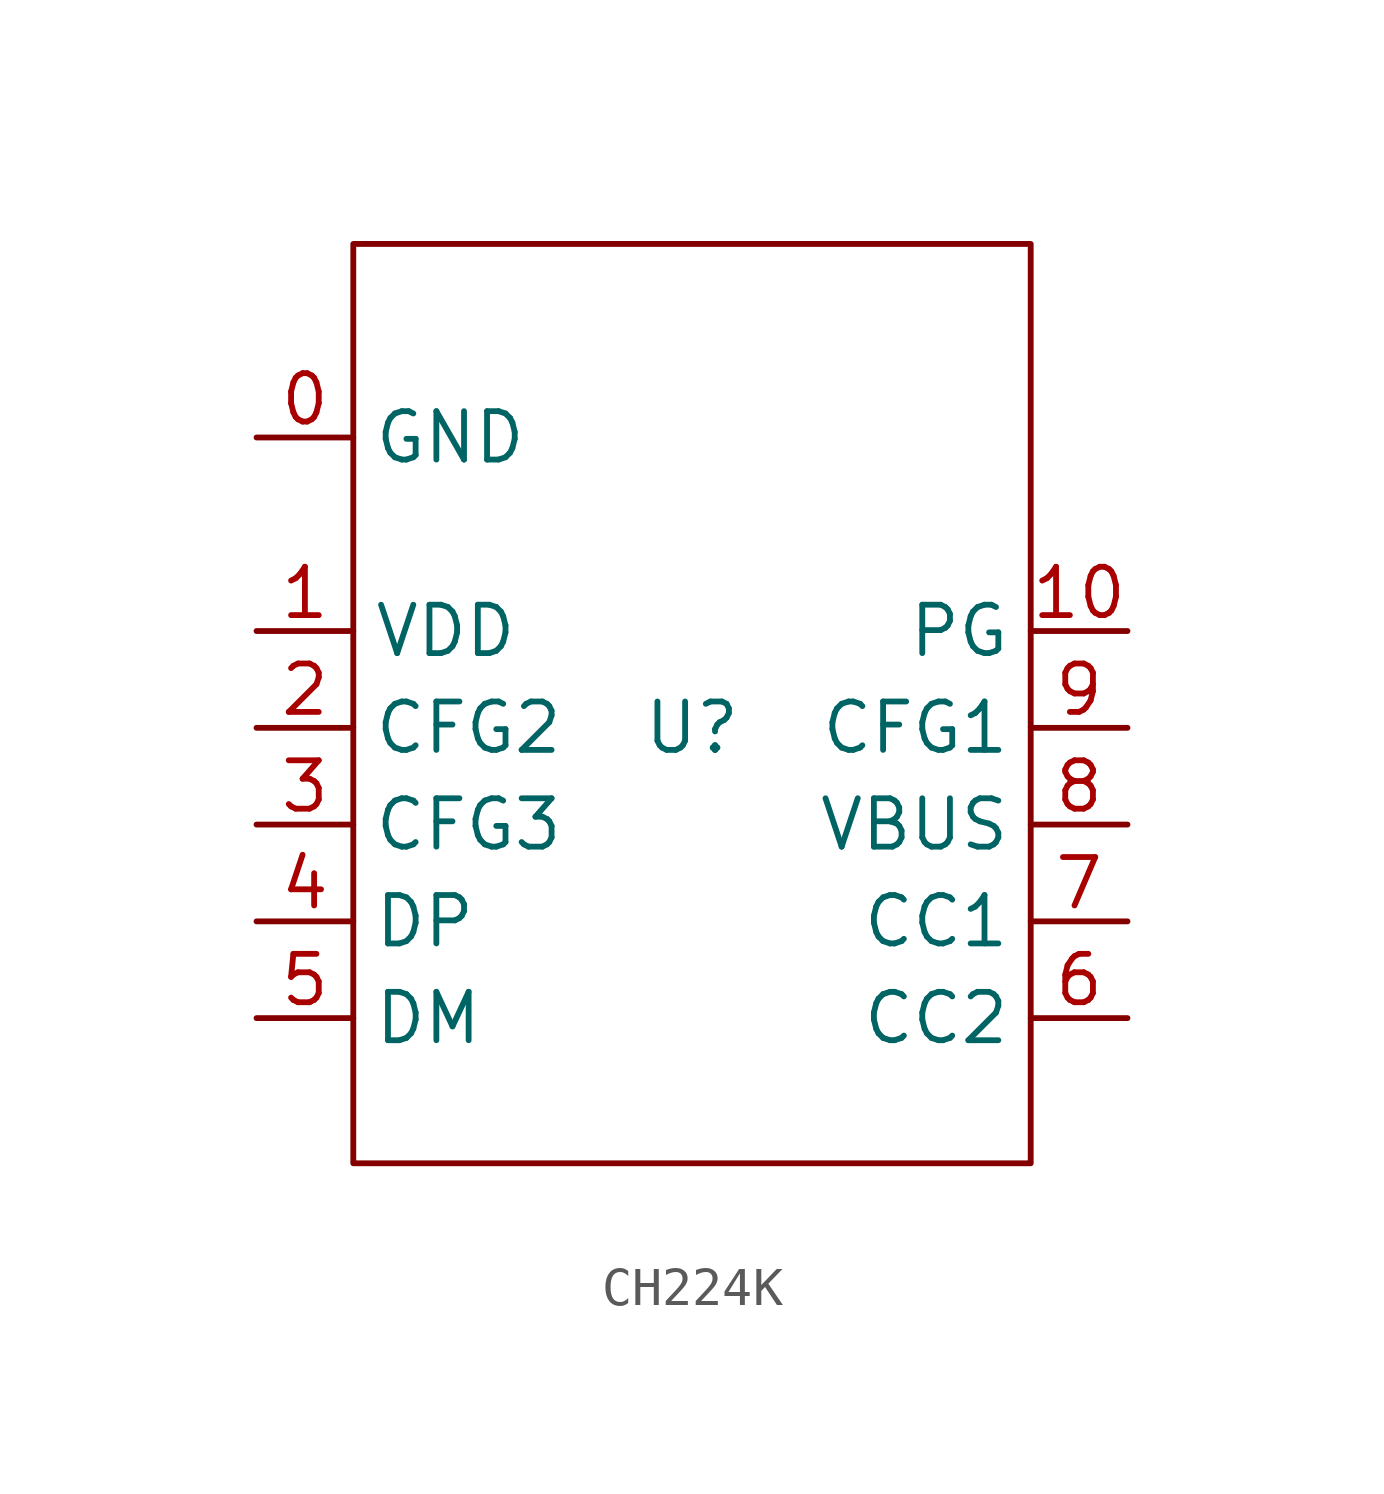
<source format=kicad_sym>
(kicad_symbol_lib
  (version 20220914)
  (generator kicad_symbol_editor)
  (symbol "CH224K"
    (property "Reference" "U"
      (at 0 0 0)
      (effects (font (size 1.27 1.27))))
    (property "Value" ""
      (at 0 0 0)
      (effects (font (size 1.27 1.27))))
    (symbol "CH224K_0_1"
      (rectangle (start -8.89 12.7) (end 8.89 -11.43) (stroke (width 0) (type default)) (fill (type none))))
    (symbol "CH224K_1_1"
      (pin power_in line (at -11.43 7.62 0) (length 2.54) (name "GND" (effects (font (size 1.27 1.27)))) (number "0" (effects (font (size 1.27 1.27)))))
      (pin power_in line (at -11.43 2.54 0) (length 2.54) (name "VDD" (effects (font (size 1.27 1.27)))) (number "1" (effects (font (size 1.27 1.27)))))
      (pin passive line (at 11.43 2.54 180) (length 2.54) (name "PG" (effects (font (size 1.27 1.27)))) (number "10" (effects (font (size 1.27 1.27)))))
      (pin passive line (at -11.43 0 0) (length 2.54) (name "CFG2" (effects (font (size 1.27 1.27)))) (number "2" (effects (font (size 1.27 1.27)))))
      (pin passive line (at -11.43 -2.54 0) (length 2.54) (name "CFG3" (effects (font (size 1.27 1.27)))) (number "3" (effects (font (size 1.27 1.27)))))
      (pin passive line (at -11.43 -5.08 0) (length 2.54) (name "DP" (effects (font (size 1.27 1.27)))) (number "4" (effects (font (size 1.27 1.27)))))
      (pin passive line (at -11.43 -7.62 0) (length 2.54) (name "DM" (effects (font (size 1.27 1.27)))) (number "5" (effects (font (size 1.27 1.27)))))
      (pin passive line (at 11.43 -7.62 180) (length 2.54) (name "CC2" (effects (font (size 1.27 1.27)))) (number "6" (effects (font (size 1.27 1.27)))))
      (pin passive line (at 11.43 -5.08 180) (length 2.54) (name "CC1" (effects (font (size 1.27 1.27)))) (number "7" (effects (font (size 1.27 1.27)))))
      (pin passive line (at 11.43 -2.54 180) (length 2.54) (name "VBUS" (effects (font (size 1.27 1.27)))) (number "8" (effects (font (size 1.27 1.27)))))
      (pin passive line (at 11.43 0 180) (length 2.54) (name "CFG1" (effects (font (size 1.27 1.27)))) (number "9" (effects (font (size 1.27 1.27))))))))
</source>
